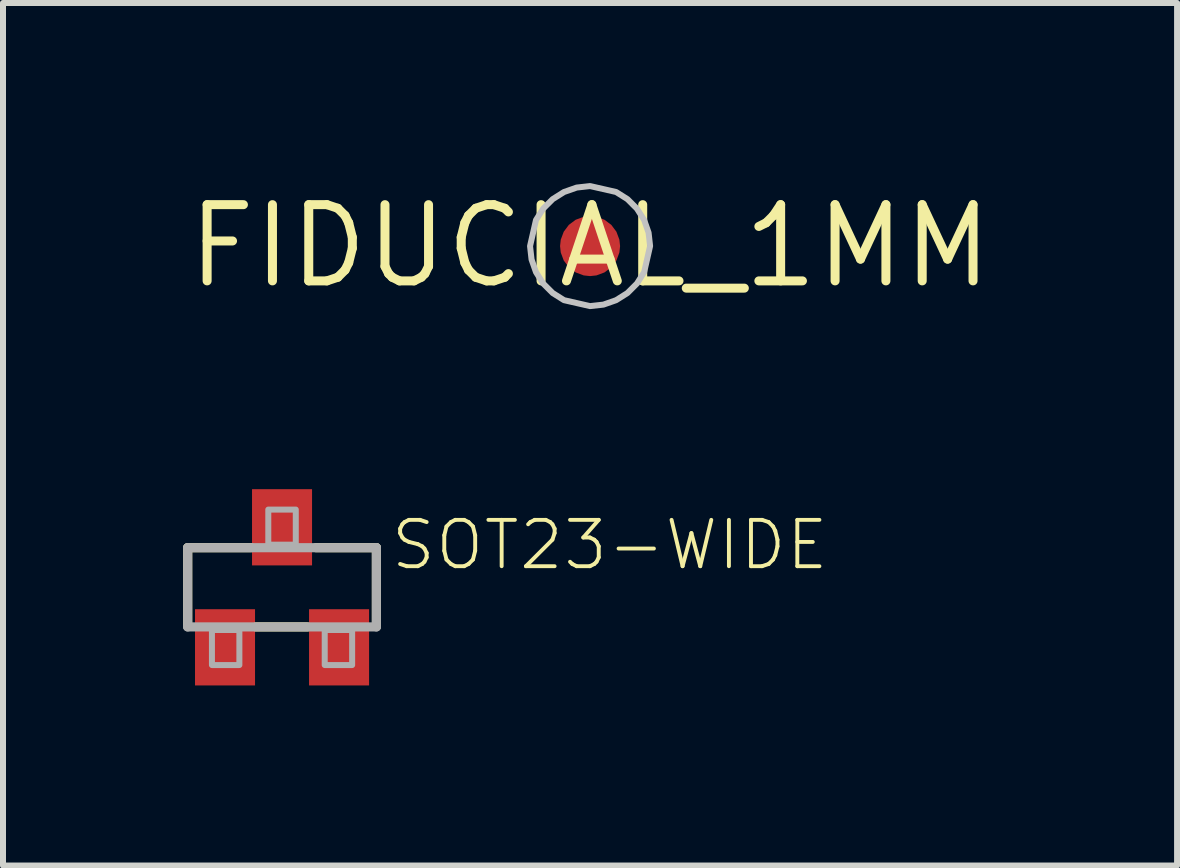
<source format=kicad_pcb>
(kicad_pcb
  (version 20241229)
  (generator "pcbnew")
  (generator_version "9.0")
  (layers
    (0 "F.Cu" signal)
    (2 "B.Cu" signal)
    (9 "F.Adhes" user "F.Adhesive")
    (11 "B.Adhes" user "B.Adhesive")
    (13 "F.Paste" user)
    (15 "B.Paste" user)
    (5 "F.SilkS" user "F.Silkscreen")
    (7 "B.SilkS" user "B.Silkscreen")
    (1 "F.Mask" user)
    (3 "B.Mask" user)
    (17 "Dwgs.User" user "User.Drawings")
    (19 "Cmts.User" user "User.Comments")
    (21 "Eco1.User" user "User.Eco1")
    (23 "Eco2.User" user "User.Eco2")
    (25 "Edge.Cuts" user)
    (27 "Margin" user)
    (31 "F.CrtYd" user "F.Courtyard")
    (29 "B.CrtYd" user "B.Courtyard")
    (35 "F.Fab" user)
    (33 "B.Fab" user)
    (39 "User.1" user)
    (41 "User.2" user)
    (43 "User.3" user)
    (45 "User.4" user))
  (footprint "FIDUCIAL_1MM"
    (layer "F.Cu")
    (at 6.781 1.05)
    (property "Reference" "FIDUCIAL_1MM" (at 0 0 0) (layer "F.SilkS") (effects (font (size 1.27 1.27) (thickness 0.15))))
    (attr through_hole)
    (fp_poly (pts (xy -1 0) (xy -0.975 0.223) (xy -0.901 0.434) (xy -0.782 0.623) (xy -0.623 0.782) (xy -0.434 0.901) (xy 0 1) (xy 0.223 0.975) (xy 0.434 0.901) (xy 0.623 0.782) (xy 0.782 0.623) (xy 0.901 0.434) (xy 1 0) (xy 0.975 -0.223) (xy 0.901 -0.434) (xy 0.782 -0.623) (xy 0.623 -0.782) (xy 0.434 -0.901) (xy 0 -1) (xy -0.223 -0.975) (xy -0.434 -0.901) (xy -0.623 -0.782) (xy -0.782 -0.623) (xy -0.901 -0.434)) (stroke (width 0) (type solid)) (fill yes) (layer "F.Mask"))
    (fp_poly (pts (xy -1 0) (xy -0.975 0.223) (xy -0.901 0.434) (xy -0.782 0.623) (xy -0.623 0.782) (xy -0.434 0.901) (xy 0 1) (xy 0.223 0.975) (xy 0.434 0.901) (xy 0.623 0.782) (xy 0.782 0.623) (xy 0.901 0.434) (xy 1 0) (xy 0.975 -0.223) (xy 0.901 -0.434) (xy 0.782 -0.623) (xy 0.623 -0.782) (xy 0.434 -0.901) (xy 0 -1) (xy -0.223 -0.975) (xy -0.434 -0.901) (xy -0.623 -0.782) (xy -0.782 -0.623) (xy -0.901 -0.434)) (stroke (width 0.1) (type solid)) (fill no) (layer "Dwgs.User"))
    (pad "1" smd roundrect (at 0 0) (size 1 1) (layers "F.Cu" "F.Mask") (roundrect_rratio 0.5)))
  (footprint "SOT23-WIDE"
    (layer "F.Cu")
    (at 1.649 6.735)
    (property "Reference" "SOT23-WIDE" (at 1.778 -0.254 0) (layer "F.SilkS") (effects (font (size 0.772 0.772) (thickness 0.065)) (justify left bottom)))
    (attr through_hole)
    (fp_line (start -1.572 -0.66) (end -0.514 -0.66) (stroke (width 0.152) (type solid)) (layer "F.SilkS"))
    (fp_line (start -1.572 0.652) (end -1.572 -0.66) (stroke (width 0.152) (type solid)) (layer "F.SilkS"))
    (fp_line (start 0.422 0.66) (end -0.436 0.66) (stroke (width 0.152) (type solid)) (layer "F.SilkS"))
    (fp_line (start 0.564 -0.66) (end 1.572 -0.66) (stroke (width 0.152) (type solid)) (layer "F.SilkS"))
    (fp_line (start 1.572 -0.66) (end 1.572 0.652) (stroke (width 0.152) (type solid)) (layer "F.SilkS"))
    (fp_line (start -1.572 -0.66) (end 1.572 -0.66) (stroke (width 0.152) (type solid)) (layer "F.Fab"))
    (fp_line (start -1.572 0.66) (end -1.572 -0.66) (stroke (width 0.152) (type solid)) (layer "F.Fab"))
    (fp_line (start 1.572 -0.66) (end 1.572 0.66) (stroke (width 0.152) (type solid)) (layer "F.Fab"))
    (fp_line (start 1.572 0.66) (end -1.572 0.66) (stroke (width 0.152) (type solid)) (layer "F.Fab"))
    (fp_poly (pts (xy -1.168 1.295) (xy -0.711 1.295) (xy -0.711 0.711) (xy -1.168 0.711)) (stroke (width 0.1) (type solid)) (fill no) (layer "F.Fab"))
    (fp_poly (pts (xy -0.229 -0.711) (xy 0.229 -0.711) (xy 0.229 -1.295) (xy -0.229 -1.295)) (stroke (width 0.1) (type solid)) (fill no) (layer "F.Fab"))
    (fp_poly (pts (xy 0.711 1.295) (xy 1.168 1.295) (xy 1.168 0.711) (xy 0.711 0.711)) (stroke (width 0.1) (type solid)) (fill no) (layer "F.Fab"))
    (pad "1" smd rect (at -0.95 1) (size 1 1.27) (layers "F.Cu" "F.Mask" "F.Paste"))
    (pad "2" smd rect (at 0.95 1) (size 1 1.27) (layers "F.Cu" "F.Mask" "F.Paste"))
    (pad "3" smd rect (at 0 -1) (size 1 1.27) (layers "F.Cu" "F.Mask" "F.Paste")))
  (gr_rect
    (start -3 -3)
    (end 16.561 11.37)
    (stroke (width 0.1) (type default))
    (fill no)
    (layer "Edge.Cuts")))
</source>
